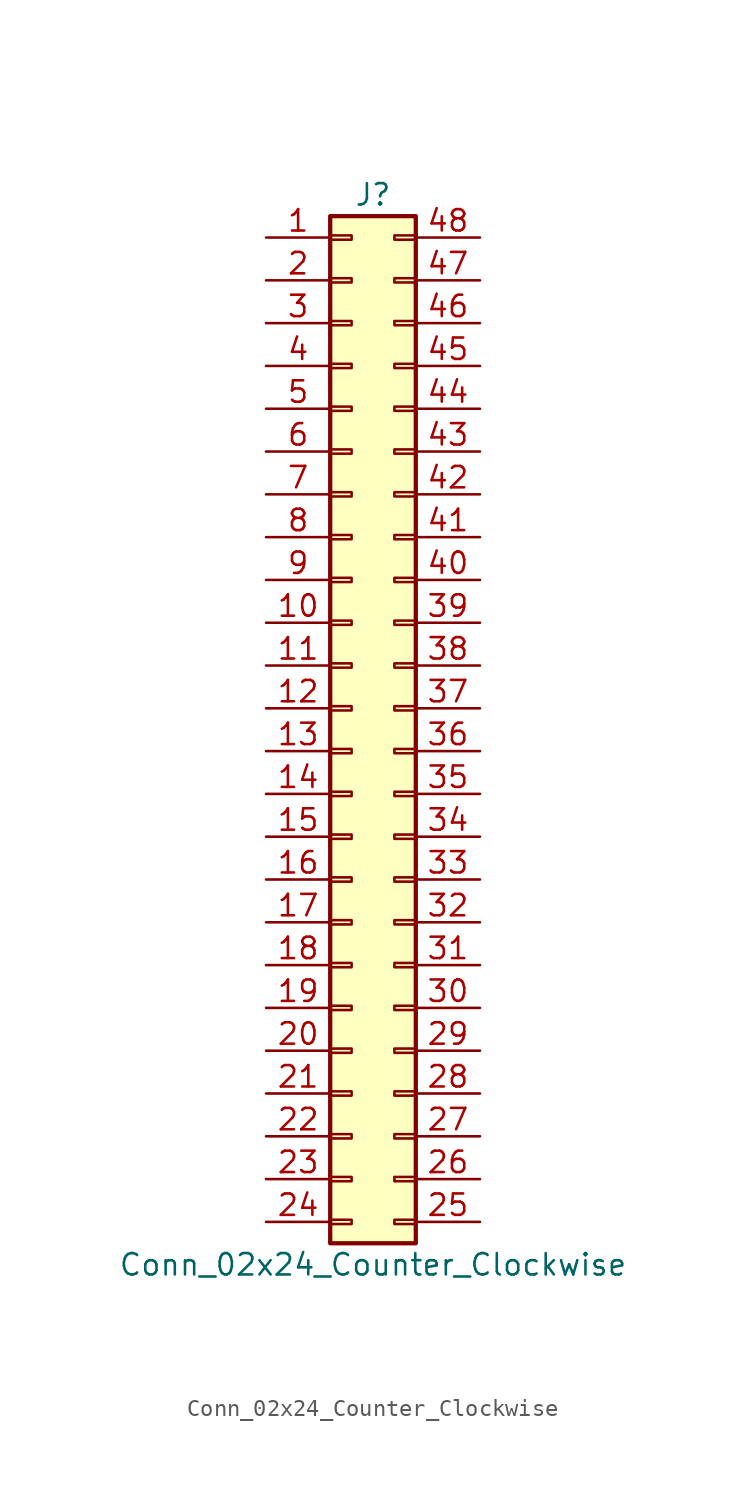
<source format=kicad_sym>
(kicad_symbol_lib
  (version 20211014)
  (generator kicad_symbol_editor)
  (symbol "Conn_02x24_Counter_Clockwise"
    (pin_names
      (offset 1.016) hide)
    (property "Reference" "J"
      (at 1.27 30.48 0)
      (effects (font (size 1.27 1.27))))
    (property "Value" "Conn_02x24_Counter_Clockwise"
      (at 1.27 -33.02 0)
      (effects (font (size 1.27 1.27))))
    (symbol "Conn_02x24_Counter_Clockwise_1_1"
      (rectangle (start -1.27 -30.353) (end 0 -30.607) (stroke (width 0.152) (type default) (color 0 0 0 0)) (fill (type none)))
      (rectangle (start -1.27 -27.813) (end 0 -28.067) (stroke (width 0.152) (type default) (color 0 0 0 0)) (fill (type none)))
      (rectangle (start -1.27 -25.273) (end 0 -25.527) (stroke (width 0.152) (type default) (color 0 0 0 0)) (fill (type none)))
      (rectangle (start -1.27 -22.733) (end 0 -22.987) (stroke (width 0.152) (type default) (color 0 0 0 0)) (fill (type none)))
      (rectangle (start -1.27 -20.193) (end 0 -20.447) (stroke (width 0.152) (type default) (color 0 0 0 0)) (fill (type none)))
      (rectangle (start -1.27 -17.653) (end 0 -17.907) (stroke (width 0.152) (type default) (color 0 0 0 0)) (fill (type none)))
      (rectangle (start -1.27 -15.113) (end 0 -15.367) (stroke (width 0.152) (type default) (color 0 0 0 0)) (fill (type none)))
      (rectangle (start -1.27 -12.573) (end 0 -12.827) (stroke (width 0.152) (type default) (color 0 0 0 0)) (fill (type none)))
      (rectangle (start -1.27 -10.033) (end 0 -10.287) (stroke (width 0.152) (type default) (color 0 0 0 0)) (fill (type none)))
      (rectangle (start -1.27 -7.493) (end 0 -7.747) (stroke (width 0.152) (type default) (color 0 0 0 0)) (fill (type none)))
      (rectangle (start -1.27 -4.953) (end 0 -5.207) (stroke (width 0.152) (type default) (color 0 0 0 0)) (fill (type none)))
      (rectangle (start -1.27 -2.413) (end 0 -2.667) (stroke (width 0.152) (type default) (color 0 0 0 0)) (fill (type none)))
      (rectangle (start -1.27 0.127) (end 0 -0.127) (stroke (width 0.152) (type default) (color 0 0 0 0)) (fill (type none)))
      (rectangle (start -1.27 2.667) (end 0 2.413) (stroke (width 0.152) (type default) (color 0 0 0 0)) (fill (type none)))
      (rectangle (start -1.27 5.207) (end 0 4.953) (stroke (width 0.152) (type default) (color 0 0 0 0)) (fill (type none)))
      (rectangle (start -1.27 7.747) (end 0 7.493) (stroke (width 0.152) (type default) (color 0 0 0 0)) (fill (type none)))
      (rectangle (start -1.27 10.287) (end 0 10.033) (stroke (width 0.152) (type default) (color 0 0 0 0)) (fill (type none)))
      (rectangle (start -1.27 12.827) (end 0 12.573) (stroke (width 0.152) (type default) (color 0 0 0 0)) (fill (type none)))
      (rectangle (start -1.27 15.367) (end 0 15.113) (stroke (width 0.152) (type default) (color 0 0 0 0)) (fill (type none)))
      (rectangle (start -1.27 17.907) (end 0 17.653) (stroke (width 0.152) (type default) (color 0 0 0 0)) (fill (type none)))
      (rectangle (start -1.27 20.447) (end 0 20.193) (stroke (width 0.152) (type default) (color 0 0 0 0)) (fill (type none)))
      (rectangle (start -1.27 22.987) (end 0 22.733) (stroke (width 0.152) (type default) (color 0 0 0 0)) (fill (type none)))
      (rectangle (start -1.27 25.527) (end 0 25.273) (stroke (width 0.152) (type default) (color 0 0 0 0)) (fill (type none)))
      (rectangle (start -1.27 28.067) (end 0 27.813) (stroke (width 0.152) (type default) (color 0 0 0 0)) (fill (type none)))
      (rectangle (start -1.27 29.21) (end 3.81 -31.75) (stroke (width 0.254) (type default) (color 0 0 0 0)) (fill (type background)))
      (rectangle (start 3.81 -30.353) (end 2.54 -30.607) (stroke (width 0.152) (type default) (color 0 0 0 0)) (fill (type none)))
      (rectangle (start 3.81 -27.813) (end 2.54 -28.067) (stroke (width 0.152) (type default) (color 0 0 0 0)) (fill (type none)))
      (rectangle (start 3.81 -25.273) (end 2.54 -25.527) (stroke (width 0.152) (type default) (color 0 0 0 0)) (fill (type none)))
      (rectangle (start 3.81 -22.733) (end 2.54 -22.987) (stroke (width 0.152) (type default) (color 0 0 0 0)) (fill (type none)))
      (rectangle (start 3.81 -20.193) (end 2.54 -20.447) (stroke (width 0.152) (type default) (color 0 0 0 0)) (fill (type none)))
      (rectangle (start 3.81 -17.653) (end 2.54 -17.907) (stroke (width 0.152) (type default) (color 0 0 0 0)) (fill (type none)))
      (rectangle (start 3.81 -15.113) (end 2.54 -15.367) (stroke (width 0.152) (type default) (color 0 0 0 0)) (fill (type none)))
      (rectangle (start 3.81 -12.573) (end 2.54 -12.827) (stroke (width 0.152) (type default) (color 0 0 0 0)) (fill (type none)))
      (rectangle (start 3.81 -10.033) (end 2.54 -10.287) (stroke (width 0.152) (type default) (color 0 0 0 0)) (fill (type none)))
      (rectangle (start 3.81 -7.493) (end 2.54 -7.747) (stroke (width 0.152) (type default) (color 0 0 0 0)) (fill (type none)))
      (rectangle (start 3.81 -4.953) (end 2.54 -5.207) (stroke (width 0.152) (type default) (color 0 0 0 0)) (fill (type none)))
      (rectangle (start 3.81 -2.413) (end 2.54 -2.667) (stroke (width 0.152) (type default) (color 0 0 0 0)) (fill (type none)))
      (rectangle (start 3.81 0.127) (end 2.54 -0.127) (stroke (width 0.152) (type default) (color 0 0 0 0)) (fill (type none)))
      (rectangle (start 3.81 2.667) (end 2.54 2.413) (stroke (width 0.152) (type default) (color 0 0 0 0)) (fill (type none)))
      (rectangle (start 3.81 5.207) (end 2.54 4.953) (stroke (width 0.152) (type default) (color 0 0 0 0)) (fill (type none)))
      (rectangle (start 3.81 7.747) (end 2.54 7.493) (stroke (width 0.152) (type default) (color 0 0 0 0)) (fill (type none)))
      (rectangle (start 3.81 10.287) (end 2.54 10.033) (stroke (width 0.152) (type default) (color 0 0 0 0)) (fill (type none)))
      (rectangle (start 3.81 12.827) (end 2.54 12.573) (stroke (width 0.152) (type default) (color 0 0 0 0)) (fill (type none)))
      (rectangle (start 3.81 15.367) (end 2.54 15.113) (stroke (width 0.152) (type default) (color 0 0 0 0)) (fill (type none)))
      (rectangle (start 3.81 17.907) (end 2.54 17.653) (stroke (width 0.152) (type default) (color 0 0 0 0)) (fill (type none)))
      (rectangle (start 3.81 20.447) (end 2.54 20.193) (stroke (width 0.152) (type default) (color 0 0 0 0)) (fill (type none)))
      (rectangle (start 3.81 22.987) (end 2.54 22.733) (stroke (width 0.152) (type default) (color 0 0 0 0)) (fill (type none)))
      (rectangle (start 3.81 25.527) (end 2.54 25.273) (stroke (width 0.152) (type default) (color 0 0 0 0)) (fill (type none)))
      (rectangle (start 3.81 28.067) (end 2.54 27.813) (stroke (width 0.152) (type default) (color 0 0 0 0)) (fill (type none)))
      (pin passive line (at -5.08 27.94 0) (length 3.81) (name "Pin_1" (effects (font (size 1.27 1.27)))) (number "1" (effects (font (size 1.27 1.27)))))
      (pin passive line (at -5.08 5.08 0) (length 3.81) (name "Pin_10" (effects (font (size 1.27 1.27)))) (number "10" (effects (font (size 1.27 1.27)))))
      (pin passive line (at -5.08 2.54 0) (length 3.81) (name "Pin_11" (effects (font (size 1.27 1.27)))) (number "11" (effects (font (size 1.27 1.27)))))
      (pin passive line (at -5.08 0 0) (length 3.81) (name "Pin_12" (effects (font (size 1.27 1.27)))) (number "12" (effects (font (size 1.27 1.27)))))
      (pin passive line (at -5.08 -2.54 0) (length 3.81) (name "Pin_13" (effects (font (size 1.27 1.27)))) (number "13" (effects (font (size 1.27 1.27)))))
      (pin passive line (at -5.08 -5.08 0) (length 3.81) (name "Pin_14" (effects (font (size 1.27 1.27)))) (number "14" (effects (font (size 1.27 1.27)))))
      (pin passive line (at -5.08 -7.62 0) (length 3.81) (name "Pin_15" (effects (font (size 1.27 1.27)))) (number "15" (effects (font (size 1.27 1.27)))))
      (pin passive line (at -5.08 -10.16 0) (length 3.81) (name "Pin_16" (effects (font (size 1.27 1.27)))) (number "16" (effects (font (size 1.27 1.27)))))
      (pin passive line (at -5.08 -12.7 0) (length 3.81) (name "Pin_17" (effects (font (size 1.27 1.27)))) (number "17" (effects (font (size 1.27 1.27)))))
      (pin passive line (at -5.08 -15.24 0) (length 3.81) (name "Pin_18" (effects (font (size 1.27 1.27)))) (number "18" (effects (font (size 1.27 1.27)))))
      (pin passive line (at -5.08 -17.78 0) (length 3.81) (name "Pin_19" (effects (font (size 1.27 1.27)))) (number "19" (effects (font (size 1.27 1.27)))))
      (pin passive line (at -5.08 25.4 0) (length 3.81) (name "Pin_2" (effects (font (size 1.27 1.27)))) (number "2" (effects (font (size 1.27 1.27)))))
      (pin passive line (at -5.08 -20.32 0) (length 3.81) (name "Pin_20" (effects (font (size 1.27 1.27)))) (number "20" (effects (font (size 1.27 1.27)))))
      (pin passive line (at -5.08 -22.86 0) (length 3.81) (name "Pin_21" (effects (font (size 1.27 1.27)))) (number "21" (effects (font (size 1.27 1.27)))))
      (pin passive line (at -5.08 -25.4 0) (length 3.81) (name "Pin_22" (effects (font (size 1.27 1.27)))) (number "22" (effects (font (size 1.27 1.27)))))
      (pin passive line (at -5.08 -27.94 0) (length 3.81) (name "Pin_23" (effects (font (size 1.27 1.27)))) (number "23" (effects (font (size 1.27 1.27)))))
      (pin passive line (at -5.08 -30.48 0) (length 3.81) (name "Pin_24" (effects (font (size 1.27 1.27)))) (number "24" (effects (font (size 1.27 1.27)))))
      (pin passive line (at 7.62 -30.48 180) (length 3.81) (name "Pin_25" (effects (font (size 1.27 1.27)))) (number "25" (effects (font (size 1.27 1.27)))))
      (pin passive line (at 7.62 -27.94 180) (length 3.81) (name "Pin_26" (effects (font (size 1.27 1.27)))) (number "26" (effects (font (size 1.27 1.27)))))
      (pin passive line (at 7.62 -25.4 180) (length 3.81) (name "Pin_27" (effects (font (size 1.27 1.27)))) (number "27" (effects (font (size 1.27 1.27)))))
      (pin passive line (at 7.62 -22.86 180) (length 3.81) (name "Pin_28" (effects (font (size 1.27 1.27)))) (number "28" (effects (font (size 1.27 1.27)))))
      (pin passive line (at 7.62 -20.32 180) (length 3.81) (name "Pin_29" (effects (font (size 1.27 1.27)))) (number "29" (effects (font (size 1.27 1.27)))))
      (pin passive line (at -5.08 22.86 0) (length 3.81) (name "Pin_3" (effects (font (size 1.27 1.27)))) (number "3" (effects (font (size 1.27 1.27)))))
      (pin passive line (at 7.62 -17.78 180) (length 3.81) (name "Pin_30" (effects (font (size 1.27 1.27)))) (number "30" (effects (font (size 1.27 1.27)))))
      (pin passive line (at 7.62 -15.24 180) (length 3.81) (name "Pin_31" (effects (font (size 1.27 1.27)))) (number "31" (effects (font (size 1.27 1.27)))))
      (pin passive line (at 7.62 -12.7 180) (length 3.81) (name "Pin_32" (effects (font (size 1.27 1.27)))) (number "32" (effects (font (size 1.27 1.27)))))
      (pin passive line (at 7.62 -10.16 180) (length 3.81) (name "Pin_33" (effects (font (size 1.27 1.27)))) (number "33" (effects (font (size 1.27 1.27)))))
      (pin passive line (at 7.62 -7.62 180) (length 3.81) (name "Pin_34" (effects (font (size 1.27 1.27)))) (number "34" (effects (font (size 1.27 1.27)))))
      (pin passive line (at 7.62 -5.08 180) (length 3.81) (name "Pin_35" (effects (font (size 1.27 1.27)))) (number "35" (effects (font (size 1.27 1.27)))))
      (pin passive line (at 7.62 -2.54 180) (length 3.81) (name "Pin_36" (effects (font (size 1.27 1.27)))) (number "36" (effects (font (size 1.27 1.27)))))
      (pin passive line (at 7.62 0 180) (length 3.81) (name "Pin_37" (effects (font (size 1.27 1.27)))) (number "37" (effects (font (size 1.27 1.27)))))
      (pin passive line (at 7.62 2.54 180) (length 3.81) (name "Pin_38" (effects (font (size 1.27 1.27)))) (number "38" (effects (font (size 1.27 1.27)))))
      (pin passive line (at 7.62 5.08 180) (length 3.81) (name "Pin_39" (effects (font (size 1.27 1.27)))) (number "39" (effects (font (size 1.27 1.27)))))
      (pin passive line (at -5.08 20.32 0) (length 3.81) (name "Pin_4" (effects (font (size 1.27 1.27)))) (number "4" (effects (font (size 1.27 1.27)))))
      (pin passive line (at 7.62 7.62 180) (length 3.81) (name "Pin_40" (effects (font (size 1.27 1.27)))) (number "40" (effects (font (size 1.27 1.27)))))
      (pin passive line (at 7.62 10.16 180) (length 3.81) (name "Pin_41" (effects (font (size 1.27 1.27)))) (number "41" (effects (font (size 1.27 1.27)))))
      (pin passive line (at 7.62 12.7 180) (length 3.81) (name "Pin_42" (effects (font (size 1.27 1.27)))) (number "42" (effects (font (size 1.27 1.27)))))
      (pin passive line (at 7.62 15.24 180) (length 3.81) (name "Pin_43" (effects (font (size 1.27 1.27)))) (number "43" (effects (font (size 1.27 1.27)))))
      (pin passive line (at 7.62 17.78 180) (length 3.81) (name "Pin_44" (effects (font (size 1.27 1.27)))) (number "44" (effects (font (size 1.27 1.27)))))
      (pin passive line (at 7.62 20.32 180) (length 3.81) (name "Pin_45" (effects (font (size 1.27 1.27)))) (number "45" (effects (font (size 1.27 1.27)))))
      (pin passive line (at 7.62 22.86 180) (length 3.81) (name "Pin_46" (effects (font (size 1.27 1.27)))) (number "46" (effects (font (size 1.27 1.27)))))
      (pin passive line (at 7.62 25.4 180) (length 3.81) (name "Pin_47" (effects (font (size 1.27 1.27)))) (number "47" (effects (font (size 1.27 1.27)))))
      (pin passive line (at 7.62 27.94 180) (length 3.81) (name "Pin_48" (effects (font (size 1.27 1.27)))) (number "48" (effects (font (size 1.27 1.27)))))
      (pin passive line (at -5.08 17.78 0) (length 3.81) (name "Pin_5" (effects (font (size 1.27 1.27)))) (number "5" (effects (font (size 1.27 1.27)))))
      (pin passive line (at -5.08 15.24 0) (length 3.81) (name "Pin_6" (effects (font (size 1.27 1.27)))) (number "6" (effects (font (size 1.27 1.27)))))
      (pin passive line (at -5.08 12.7 0) (length 3.81) (name "Pin_7" (effects (font (size 1.27 1.27)))) (number "7" (effects (font (size 1.27 1.27)))))
      (pin passive line (at -5.08 10.16 0) (length 3.81) (name "Pin_8" (effects (font (size 1.27 1.27)))) (number "8" (effects (font (size 1.27 1.27)))))
      (pin passive line (at -5.08 7.62 0) (length 3.81) (name "Pin_9" (effects (font (size 1.27 1.27)))) (number "9" (effects (font (size 1.27 1.27))))))))
</source>
